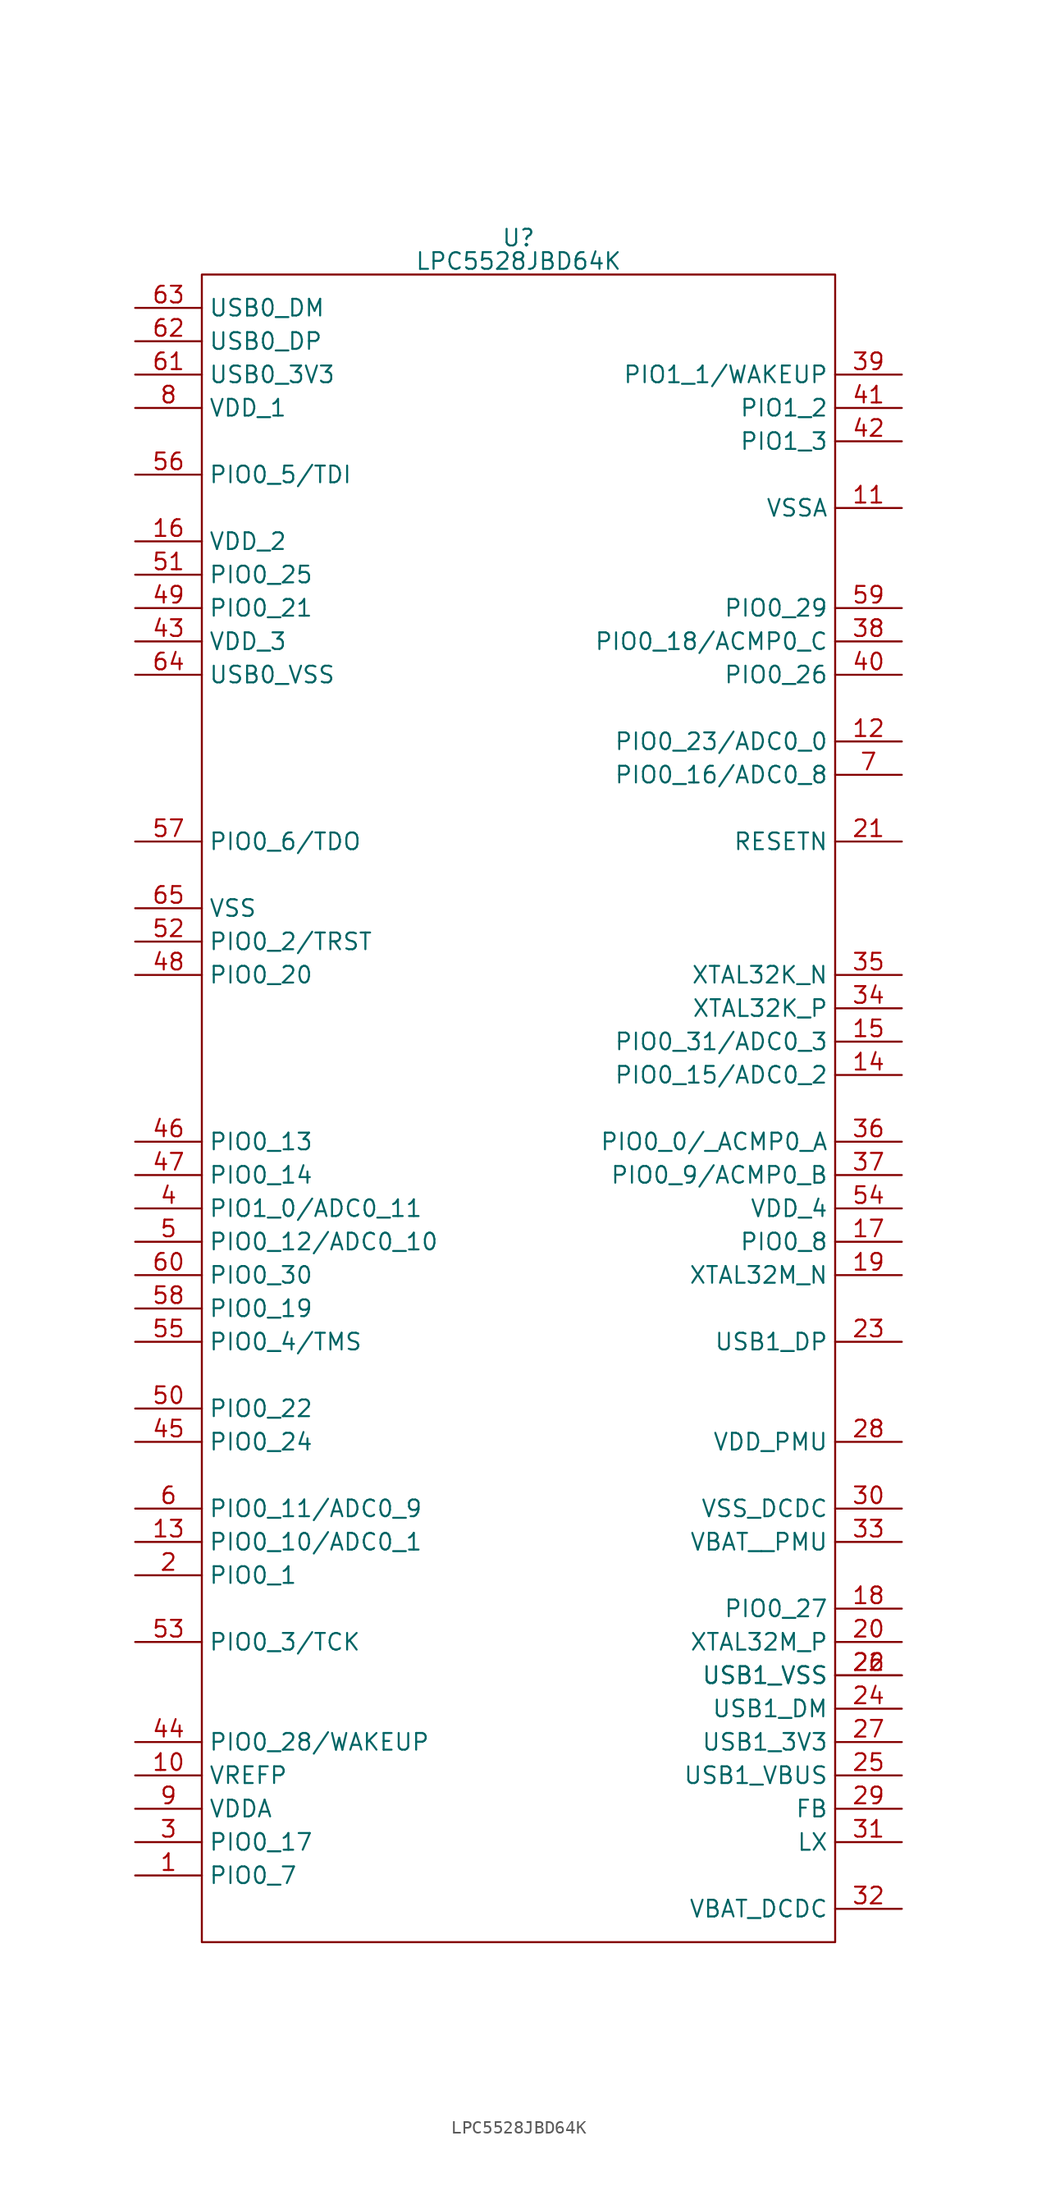
<source format=kicad_sym>
(kicad_symbol_lib
  (version 20211014)
  (generator kicad_symbol_editor)
  (symbol "LPC5528JBD64K"
    (property "Reference" "U"
      (at 0 2.794 0)
      (effects (font (size 1.27 1.27))))
    (property "Value" "LPC5528JBD64K"
      (at 0 1.016 0)
      (effects (font (size 1.27 1.27))))
    (symbol "LPC5528JBD64K_0_0"
      (pin passive line (at -29.21 -121.92 0) (length 5.08) (name "PIO0_7" (effects (font (size 1.27 1.27)))) (number "1" (effects (font (size 1.27 1.27)))))
      (pin passive line (at -29.21 -114.3 0) (length 5.08) (name "VREFP" (effects (font (size 1.27 1.27)))) (number "10" (effects (font (size 1.27 1.27)))))
      (pin passive line (at 29.21 -17.78 180) (length 5.08) (name "VSSA" (effects (font (size 1.27 1.27)))) (number "11" (effects (font (size 1.27 1.27)))))
      (pin passive line (at 29.21 -35.56 180) (length 5.08) (name "PIO0_23/ADC0_0" (effects (font (size 1.27 1.27)))) (number "12" (effects (font (size 1.27 1.27)))))
      (pin passive line (at -29.21 -96.52 0) (length 5.08) (name "PIO0_10/ADC0_1" (effects (font (size 1.27 1.27)))) (number "13" (effects (font (size 1.27 1.27)))))
      (pin passive line (at 29.21 -60.96 180) (length 5.08) (name "PIO0_15/ADC0_2" (effects (font (size 1.27 1.27)))) (number "14" (effects (font (size 1.27 1.27)))))
      (pin passive line (at 29.21 -58.42 180) (length 5.08) (name "PIO0_31/ADC0_3" (effects (font (size 1.27 1.27)))) (number "15" (effects (font (size 1.27 1.27)))))
      (pin passive line (at -29.21 -20.32 0) (length 5.08) (name "VDD_2" (effects (font (size 1.27 1.27)))) (number "16" (effects (font (size 1.27 1.27)))))
      (pin passive line (at 29.21 -73.66 180) (length 5.08) (name "PIO0_8" (effects (font (size 1.27 1.27)))) (number "17" (effects (font (size 1.27 1.27)))))
      (pin passive line (at 29.21 -101.6 180) (length 5.08) (name "PIO0_27" (effects (font (size 1.27 1.27)))) (number "18" (effects (font (size 1.27 1.27)))))
      (pin passive line (at 29.21 -76.2 180) (length 5.08) (name "XTAL32M_N" (effects (font (size 1.27 1.27)))) (number "19" (effects (font (size 1.27 1.27)))))
      (pin passive line (at -29.21 -99.06 0) (length 5.08) (name "PIO0_1" (effects (font (size 1.27 1.27)))) (number "2" (effects (font (size 1.27 1.27)))))
      (pin passive line (at 29.21 -104.14 180) (length 5.08) (name "XTAL32M_P" (effects (font (size 1.27 1.27)))) (number "20" (effects (font (size 1.27 1.27)))))
      (pin passive line (at 29.21 -43.18 180) (length 5.08) (name "RESETN" (effects (font (size 1.27 1.27)))) (number "21" (effects (font (size 1.27 1.27)))))
      (pin passive line (at 29.21 -106.68 180) (length 5.08) (name "USB1_VSS" (effects (font (size 1.27 1.27)))) (number "22" (effects (font (size 1.27 1.27)))))
      (pin passive line (at 29.21 -81.28 180) (length 5.08) (name "USB1_DP" (effects (font (size 1.27 1.27)))) (number "23" (effects (font (size 1.27 1.27)))))
      (pin passive line (at 29.21 -109.22 180) (length 5.08) (name "USB1_DM" (effects (font (size 1.27 1.27)))) (number "24" (effects (font (size 1.27 1.27)))))
      (pin passive line (at 29.21 -114.3 180) (length 5.08) (name "USB1_VBUS" (effects (font (size 1.27 1.27)))) (number "25" (effects (font (size 1.27 1.27)))))
      (pin passive line (at 29.21 -106.68 180) (length 5.08) (name "USB1_VSS" (effects (font (size 1.27 1.27)))) (number "26" (effects (font (size 1.27 1.27)))))
      (pin passive line (at 29.21 -111.76 180) (length 5.08) (name "USB1_3V3" (effects (font (size 1.27 1.27)))) (number "27" (effects (font (size 1.27 1.27)))))
      (pin passive line (at 29.21 -88.9 180) (length 5.08) (name "VDD_PMU" (effects (font (size 1.27 1.27)))) (number "28" (effects (font (size 1.27 1.27)))))
      (pin passive line (at 29.21 -116.84 180) (length 5.08) (name "FB" (effects (font (size 1.27 1.27)))) (number "29" (effects (font (size 1.27 1.27)))))
      (pin passive line (at -29.21 -119.38 0) (length 5.08) (name "PIO0_17" (effects (font (size 1.27 1.27)))) (number "3" (effects (font (size 1.27 1.27)))))
      (pin passive line (at 29.21 -93.98 180) (length 5.08) (name "VSS_DCDC" (effects (font (size 1.27 1.27)))) (number "30" (effects (font (size 1.27 1.27)))))
      (pin passive line (at 29.21 -119.38 180) (length 5.08) (name "LX" (effects (font (size 1.27 1.27)))) (number "31" (effects (font (size 1.27 1.27)))))
      (pin passive line (at 29.21 -124.46 180) (length 5.08) (name "VBAT_DCDC" (effects (font (size 1.27 1.27)))) (number "32" (effects (font (size 1.27 1.27)))))
      (pin passive line (at 29.21 -96.52 180) (length 5.08) (name "VBAT__PMU" (effects (font (size 1.27 1.27)))) (number "33" (effects (font (size 1.27 1.27)))))
      (pin passive line (at 29.21 -55.88 180) (length 5.08) (name "XTAL32K_P" (effects (font (size 1.27 1.27)))) (number "34" (effects (font (size 1.27 1.27)))))
      (pin passive line (at 29.21 -53.34 180) (length 5.08) (name "XTAL32K_N" (effects (font (size 1.27 1.27)))) (number "35" (effects (font (size 1.27 1.27)))))
      (pin passive line (at 29.21 -66.04 180) (length 5.08) (name "PIO0_0/_ACMP0_A" (effects (font (size 1.27 1.27)))) (number "36" (effects (font (size 1.27 1.27)))))
      (pin passive line (at 29.21 -68.58 180) (length 5.08) (name "PIO0_9/ACMP0_B" (effects (font (size 1.27 1.27)))) (number "37" (effects (font (size 1.27 1.27)))))
      (pin passive line (at 29.21 -27.94 180) (length 5.08) (name "PIO0_18/ACMP0_C" (effects (font (size 1.27 1.27)))) (number "38" (effects (font (size 1.27 1.27)))))
      (pin passive line (at 29.21 -7.62 180) (length 5.08) (name "PIO1_1/WAKEUP" (effects (font (size 1.27 1.27)))) (number "39" (effects (font (size 1.27 1.27)))))
      (pin passive line (at -29.21 -71.12 0) (length 5.08) (name "PIO1_0/ADC0_11" (effects (font (size 1.27 1.27)))) (number "4" (effects (font (size 1.27 1.27)))))
      (pin passive line (at 29.21 -30.48 180) (length 5.08) (name "PIO0_26" (effects (font (size 1.27 1.27)))) (number "40" (effects (font (size 1.27 1.27)))))
      (pin passive line (at 29.21 -10.16 180) (length 5.08) (name "PIO1_2" (effects (font (size 1.27 1.27)))) (number "41" (effects (font (size 1.27 1.27)))))
      (pin passive line (at 29.21 -12.7 180) (length 5.08) (name "PIO1_3" (effects (font (size 1.27 1.27)))) (number "42" (effects (font (size 1.27 1.27)))))
      (pin passive line (at -29.21 -27.94 0) (length 5.08) (name "VDD_3" (effects (font (size 1.27 1.27)))) (number "43" (effects (font (size 1.27 1.27)))))
      (pin passive line (at -29.21 -111.76 0) (length 5.08) (name "PIO0_28/WAKEUP" (effects (font (size 1.27 1.27)))) (number "44" (effects (font (size 1.27 1.27)))))
      (pin passive line (at -29.21 -88.9 0) (length 5.08) (name "PIO0_24" (effects (font (size 1.27 1.27)))) (number "45" (effects (font (size 1.27 1.27)))))
      (pin passive line (at -29.21 -66.04 0) (length 5.08) (name "PIO0_13" (effects (font (size 1.27 1.27)))) (number "46" (effects (font (size 1.27 1.27)))))
      (pin passive line (at -29.21 -68.58 0) (length 5.08) (name "PIO0_14" (effects (font (size 1.27 1.27)))) (number "47" (effects (font (size 1.27 1.27)))))
      (pin passive line (at -29.21 -53.34 0) (length 5.08) (name "PIO0_20" (effects (font (size 1.27 1.27)))) (number "48" (effects (font (size 1.27 1.27)))))
      (pin passive line (at -29.21 -25.4 0) (length 5.08) (name "PIO0_21" (effects (font (size 1.27 1.27)))) (number "49" (effects (font (size 1.27 1.27)))))
      (pin passive line (at -29.21 -73.66 0) (length 5.08) (name "PIO0_12/ADC0_10" (effects (font (size 1.27 1.27)))) (number "5" (effects (font (size 1.27 1.27)))))
      (pin passive line (at -29.21 -86.36 0) (length 5.08) (name "PIO0_22" (effects (font (size 1.27 1.27)))) (number "50" (effects (font (size 1.27 1.27)))))
      (pin passive line (at -29.21 -22.86 0) (length 5.08) (name "PIO0_25" (effects (font (size 1.27 1.27)))) (number "51" (effects (font (size 1.27 1.27)))))
      (pin passive line (at -29.21 -50.8 0) (length 5.08) (name "PIO0_2/TRST" (effects (font (size 1.27 1.27)))) (number "52" (effects (font (size 1.27 1.27)))))
      (pin passive line (at -29.21 -104.14 0) (length 5.08) (name "PIO0_3/TCK" (effects (font (size 1.27 1.27)))) (number "53" (effects (font (size 1.27 1.27)))))
      (pin passive line (at 29.21 -71.12 180) (length 5.08) (name "VDD_4" (effects (font (size 1.27 1.27)))) (number "54" (effects (font (size 1.27 1.27)))))
      (pin passive line (at -29.21 -81.28 0) (length 5.08) (name "PIO0_4/TMS" (effects (font (size 1.27 1.27)))) (number "55" (effects (font (size 1.27 1.27)))))
      (pin passive line (at -29.21 -15.24 0) (length 5.08) (name "PIO0_5/TDI" (effects (font (size 1.27 1.27)))) (number "56" (effects (font (size 1.27 1.27)))))
      (pin passive line (at -29.21 -43.18 0) (length 5.08) (name "PIO0_6/TDO" (effects (font (size 1.27 1.27)))) (number "57" (effects (font (size 1.27 1.27)))))
      (pin passive line (at -29.21 -78.74 0) (length 5.08) (name "PIO0_19" (effects (font (size 1.27 1.27)))) (number "58" (effects (font (size 1.27 1.27)))))
      (pin passive line (at 29.21 -25.4 180) (length 5.08) (name "PIO0_29" (effects (font (size 1.27 1.27)))) (number "59" (effects (font (size 1.27 1.27)))))
      (pin passive line (at -29.21 -93.98 0) (length 5.08) (name "PIO0_11/ADC0_9" (effects (font (size 1.27 1.27)))) (number "6" (effects (font (size 1.27 1.27)))))
      (pin passive line (at -29.21 -76.2 0) (length 5.08) (name "PIO0_30" (effects (font (size 1.27 1.27)))) (number "60" (effects (font (size 1.27 1.27)))))
      (pin passive line (at -29.21 -7.62 0) (length 5.08) (name "USB0_3V3" (effects (font (size 1.27 1.27)))) (number "61" (effects (font (size 1.27 1.27)))))
      (pin passive line (at -29.21 -5.08 0) (length 5.08) (name "USB0_DP" (effects (font (size 1.27 1.27)))) (number "62" (effects (font (size 1.27 1.27)))))
      (pin passive line (at -29.21 -2.54 0) (length 5.08) (name "USB0_DM" (effects (font (size 1.27 1.27)))) (number "63" (effects (font (size 1.27 1.27)))))
      (pin passive line (at -29.21 -30.48 0) (length 5.08) (name "USB0_VSS" (effects (font (size 1.27 1.27)))) (number "64" (effects (font (size 1.27 1.27)))))
      (pin passive line (at -29.21 -48.26 0) (length 5.08) (name "VSS" (effects (font (size 1.27 1.27)))) (number "65" (effects (font (size 1.27 1.27)))))
      (pin passive line (at 29.21 -38.1 180) (length 5.08) (name "PIO0_16/ADC0_8" (effects (font (size 1.27 1.27)))) (number "7" (effects (font (size 1.27 1.27)))))
      (pin passive line (at -29.21 -10.16 0) (length 5.08) (name "VDD_1" (effects (font (size 1.27 1.27)))) (number "8" (effects (font (size 1.27 1.27)))))
      (pin passive line (at -29.21 -116.84 0) (length 5.08) (name "VDDA" (effects (font (size 1.27 1.27)))) (number "9" (effects (font (size 1.27 1.27))))))
    (symbol "LPC5528JBD64K_0_1"
      (polyline (pts (xy -24.13 0) (xy 24.13 0) (xy 24.13 -127) (xy -24.13 -127) (xy -24.13 0)) (stroke (width 0.152) (type default) (color 0 0 0 0)) (fill (type none))))))
</source>
